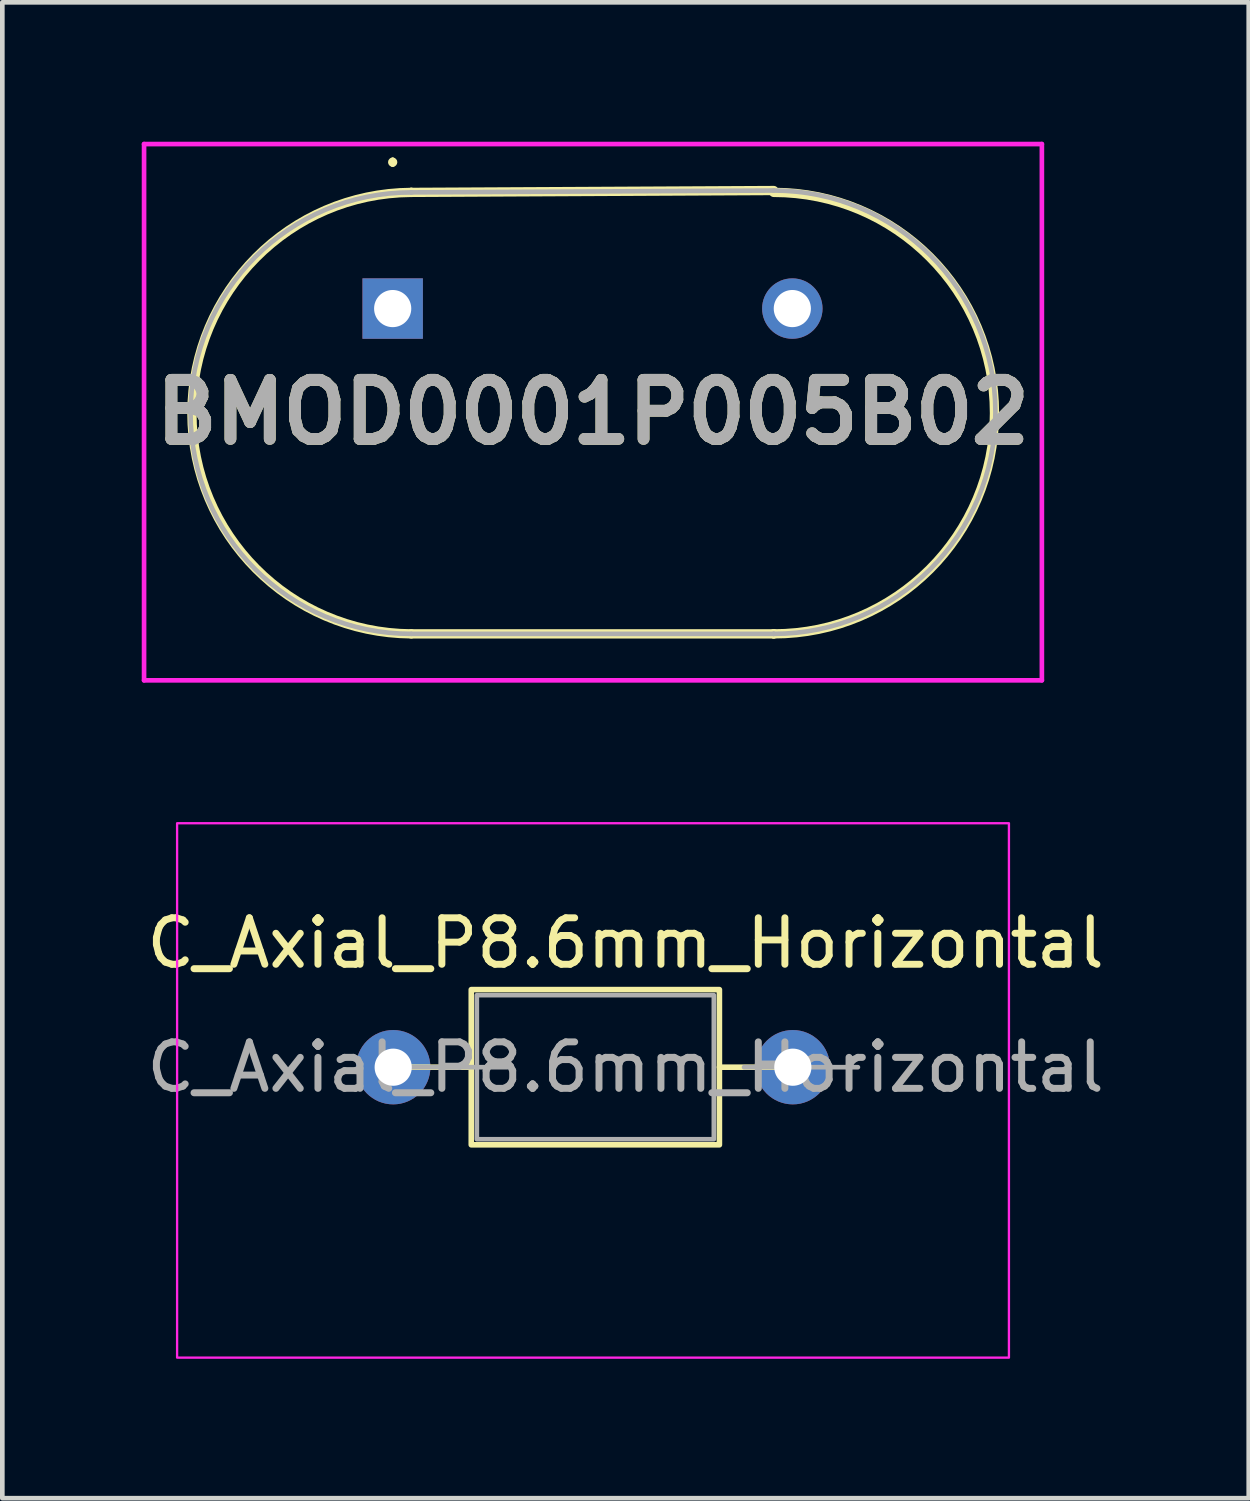
<source format=kicad_pcb>
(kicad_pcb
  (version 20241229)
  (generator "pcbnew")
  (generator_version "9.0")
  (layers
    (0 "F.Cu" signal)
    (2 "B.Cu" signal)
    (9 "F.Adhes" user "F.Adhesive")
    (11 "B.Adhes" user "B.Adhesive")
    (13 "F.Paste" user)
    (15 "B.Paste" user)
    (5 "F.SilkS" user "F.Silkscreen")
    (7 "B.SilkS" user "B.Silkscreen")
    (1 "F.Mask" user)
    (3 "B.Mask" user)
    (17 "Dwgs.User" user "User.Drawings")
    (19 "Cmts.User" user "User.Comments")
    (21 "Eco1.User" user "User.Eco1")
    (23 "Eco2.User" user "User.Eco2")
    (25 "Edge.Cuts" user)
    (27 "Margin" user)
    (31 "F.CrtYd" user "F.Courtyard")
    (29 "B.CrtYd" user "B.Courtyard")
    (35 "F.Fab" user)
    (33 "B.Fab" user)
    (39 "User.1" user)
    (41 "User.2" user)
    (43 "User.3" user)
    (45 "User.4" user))
  (footprint "C_Axial_P8.6mm_Horizontal"
    (layer "F.Cu")
    (at 5.411 19.915)
    (property "Reference" "C_Axial_P8.6mm_Horizontal" (at 5 -2.67 0) (layer "F.SilkS") (effects (font (size 1 1) (thickness 0.15))))
    (attr through_hole)
    (fp_line (start 0.355 0) (end 1.645 0) (stroke (width 0.12) (type solid)) (layer "F.SilkS"))
    (fp_line (start 8.31 0) (end 7.02 0) (stroke (width 0.12) (type solid)) (layer "F.SilkS"))
    (fp_rect (start 1.68 -1.67) (end 7.02 1.67) (stroke (width 0.12) (type solid)) (fill no) (layer "F.SilkS"))
    (fp_rect (start -4.65 -5.25) (end 13.25 6.25) (stroke (width 0.05) (type solid)) (fill no) (layer "F.CrtYd"))
    (fp_line (start 0 0) (end 2.45 0) (stroke (width 0.1) (type solid)) (layer "F.Fab"))
    (fp_line (start 10 0) (end 7.55 0) (stroke (width 0.1) (type solid)) (layer "F.Fab"))
    (fp_rect (start 1.8 -1.55) (end 6.9 1.55) (stroke (width 0.1) (type solid)) (fill no) (layer "F.Fab"))
    (fp_text user "${REFERENCE}" (at 5 0 0) (layer "F.Fab") (effects (font (size 1 1) (thickness 0.15))))
    (pad "1" thru_hole circle (at 0 0) (size 1.6 1.6) (drill 0.8) (layers "*.Cu" "*.Mask"))
    (pad "2" thru_hole circle (at 8.6 0) (size 1.6 1.6) (drill 0.8) (layers "*.Cu" "*.Mask")))
  (footprint "BMOD0001P005B02"
    (layer "F.Cu")
    (at 5.4 3.59)
    (property "Reference" "BMOD0001P005B02" (at 4.31 2.23 0) (layer "F.SilkS") (effects (font (size 1.27 1.27) (thickness 0.254))))
    (attr through_hole)
    (fp_line (start 0 -3.2) (end 0 -3.2) (stroke (width 0.1) (type solid)) (layer "F.SilkS"))
    (fp_line (start 0 -3.1) (end 0 -3.1) (stroke (width 0.1) (type solid)) (layer "F.SilkS"))
    (fp_line (start 0.4 -2.5) (end 0.4 -2.5) (stroke (width 0.2) (type solid)) (layer "F.SilkS"))
    (fp_line (start 0.4 7) (end 8.2 7) (stroke (width 0.2) (type solid)) (layer "F.SilkS"))
    (fp_line (start 8.2 -2.54) (end 0.4 -2.5) (stroke (width 0.2) (type solid)) (layer "F.SilkS"))
    (fp_line (start 8.2 7) (end 8.2 7) (stroke (width 0.2) (type solid)) (layer "F.SilkS"))
    (fp_arc (start 0 -3.2) (mid 0.05 -3.15) (end 0 -3.1) (stroke (width 0.1) (type solid)) (layer "F.SilkS"))
    (fp_arc (start 0 -3.1) (mid -0.05 -3.15) (end 0 -3.2) (stroke (width 0.1) (type solid)) (layer "F.SilkS"))
    (fp_arc (start 0.398258 6.999991) (mid -4.326061 2.249129) (end 0.4 -2.5) (stroke (width 0.2) (type solid)) (layer "F.SilkS"))
    (fp_arc (start 8.2 -2.5) (mid 12.95 2.25) (end 8.2 7) (stroke (width 0.2) (type solid)) (layer "F.SilkS"))
    (fp_line (start -5.35 -3.54) (end 13.97 -3.54) (stroke (width 0.1) (type solid)) (layer "F.CrtYd"))
    (fp_line (start -5.35 8) (end -5.35 -3.54) (stroke (width 0.1) (type solid)) (layer "F.CrtYd"))
    (fp_line (start 13.97 -3.54) (end 13.97 8) (stroke (width 0.1) (type solid)) (layer "F.CrtYd"))
    (fp_line (start 13.97 8) (end -5.35 8) (stroke (width 0.1) (type solid)) (layer "F.CrtYd"))
    (fp_line (start 0.4 -2.5) (end 0.4 -2.5) (stroke (width 0.1) (type solid)) (layer "F.Fab"))
    (fp_line (start 0.4 7) (end 8.2 7) (stroke (width 0.1) (type solid)) (layer "F.Fab"))
    (fp_line (start 8.2 -2.54) (end 0.4 -2.5) (stroke (width 0.1) (type solid)) (layer "F.Fab"))
    (fp_line (start 8.2 7) (end 8.2 7) (stroke (width 0.1) (type solid)) (layer "F.Fab"))
    (fp_arc (start 0.4 7) (mid -4.35 2.25) (end 0.4 -2.5) (stroke (width 0.1) (type solid)) (layer "F.Fab"))
    (fp_arc (start 8.2 -2.54) (mid 12.97 2.23) (end 8.2 7) (stroke (width 0.1) (type solid)) (layer "F.Fab"))
    (fp_text user "${REFERENCE}" (at 4.31 2.23 0) (layer "F.Fab") (effects (font (size 1.27 1.27) (thickness 0.254))))
    (pad "1" thru_hole rect (at 0 0) (size 1.3 1.3) (drill 0.8) (layers "*.Cu" "*.Mask"))
    (pad "2" thru_hole circle (at 8.6 0) (size 1.3 1.3) (drill 0.8) (layers "*.Cu" "*.Mask")))
  (gr_rect
    (start -3 -3)
    (end 23.821 29.19)
    (stroke (width 0.1) (type default))
    (fill no)
    (layer "Edge.Cuts")))
</source>
